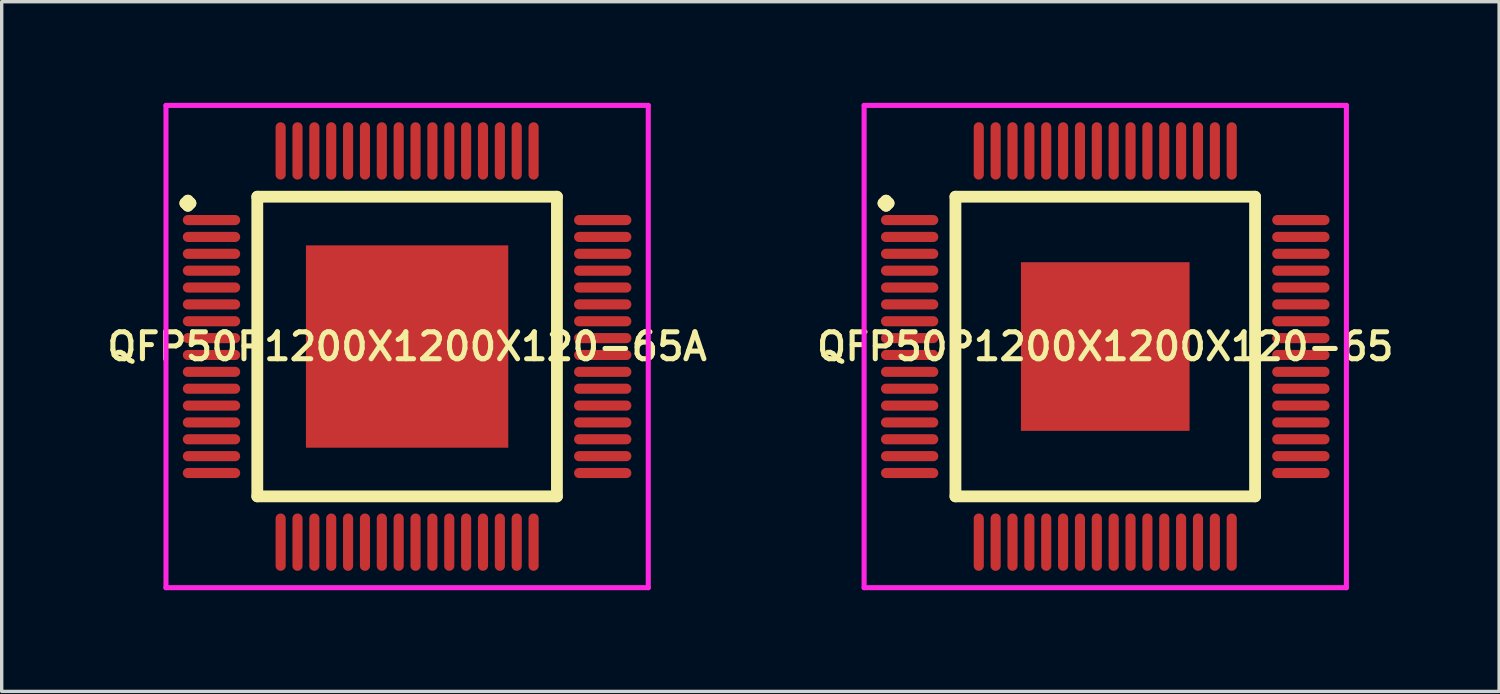
<source format=kicad_pcb>
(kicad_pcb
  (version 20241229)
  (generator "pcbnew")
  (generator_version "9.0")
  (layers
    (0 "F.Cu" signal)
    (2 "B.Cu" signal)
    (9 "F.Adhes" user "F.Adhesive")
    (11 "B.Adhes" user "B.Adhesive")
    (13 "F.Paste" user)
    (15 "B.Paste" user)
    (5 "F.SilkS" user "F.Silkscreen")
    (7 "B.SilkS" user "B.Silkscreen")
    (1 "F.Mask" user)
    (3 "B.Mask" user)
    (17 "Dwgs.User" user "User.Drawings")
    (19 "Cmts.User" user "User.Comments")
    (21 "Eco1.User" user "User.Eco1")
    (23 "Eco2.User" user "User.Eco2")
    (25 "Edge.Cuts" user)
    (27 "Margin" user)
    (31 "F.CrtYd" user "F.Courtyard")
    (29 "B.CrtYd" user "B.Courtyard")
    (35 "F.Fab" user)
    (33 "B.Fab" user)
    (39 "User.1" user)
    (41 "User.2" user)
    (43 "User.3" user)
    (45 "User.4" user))
  (footprint "QFP50P1200X1200X120-65"
    (layer "F.Cu")
    (at 29.721 7.225)
    (property "Reference" "QFP50P1200X1200X120-65" (at 0 0 0) (layer "F.SilkS") (effects (font (size 0.8 0.8) (thickness 0.15))))
    (attr through_hole)
    (fp_line (start -6.575 -4.25) (end -6.5 -4.325) (stroke (width 0.35) (type solid)) (layer "F.SilkS"))
    (fp_line (start -6.5 -4.325) (end -6.425 -4.25) (stroke (width 0.35) (type solid)) (layer "F.SilkS"))
    (fp_line (start -6.5 -4.175) (end -6.575 -4.25) (stroke (width 0.35) (type solid)) (layer "F.SilkS"))
    (fp_line (start -6.425 -4.25) (end -6.5 -4.175) (stroke (width 0.35) (type solid)) (layer "F.SilkS"))
    (fp_line (start -4.442 -4.442) (end -4.442 4.442) (stroke (width 0.35) (type solid)) (layer "F.SilkS"))
    (fp_line (start -4.442 4.442) (end 4.442 4.442) (stroke (width 0.35) (type solid)) (layer "F.SilkS"))
    (fp_line (start 4.442 -4.442) (end -4.442 -4.442) (stroke (width 0.35) (type solid)) (layer "F.SilkS"))
    (fp_line (start 4.442 4.442) (end 4.442 -4.442) (stroke (width 0.35) (type solid)) (layer "F.SilkS"))
    (fp_line (start -7.15 -7.15) (end 7.15 -7.15) (stroke (width 0.15) (type solid)) (layer "F.CrtYd"))
    (fp_line (start -7.15 7.15) (end -7.15 -7.15) (stroke (width 0.15) (type solid)) (layer "F.CrtYd"))
    (fp_line (start 7.15 -7.15) (end 7.15 7.15) (stroke (width 0.15) (type solid)) (layer "F.CrtYd"))
    (fp_line (start 7.15 7.15) (end -7.15 7.15) (stroke (width 0.15) (type solid)) (layer "F.CrtYd"))
    (pad "1" smd oval (at -5.8 -3.75) (size 1.7 0.3) (layers "F.Cu" "F.Mask" "F.Paste"))
    (pad "2" smd oval (at -5.8 -3.25) (size 1.7 0.3) (layers "F.Cu" "F.Mask" "F.Paste"))
    (pad "3" smd oval (at -5.8 -2.75) (size 1.7 0.3) (layers "F.Cu" "F.Mask" "F.Paste"))
    (pad "4" smd oval (at -5.8 -2.25) (size 1.7 0.3) (layers "F.Cu" "F.Mask" "F.Paste"))
    (pad "5" smd oval (at -5.8 -1.75) (size 1.7 0.3) (layers "F.Cu" "F.Mask" "F.Paste"))
    (pad "6" smd oval (at -5.8 -1.25) (size 1.7 0.3) (layers "F.Cu" "F.Mask" "F.Paste"))
    (pad "7" smd oval (at -5.8 -0.75) (size 1.7 0.3) (layers "F.Cu" "F.Mask" "F.Paste"))
    (pad "8" smd oval (at -5.8 -0.25) (size 1.7 0.3) (layers "F.Cu" "F.Mask" "F.Paste"))
    (pad "9" smd oval (at -5.8 0.25) (size 1.7 0.3) (layers "F.Cu" "F.Mask" "F.Paste"))
    (pad "10" smd oval (at -5.8 0.75) (size 1.7 0.3) (layers "F.Cu" "F.Mask" "F.Paste"))
    (pad "11" smd oval (at -5.8 1.25) (size 1.7 0.3) (layers "F.Cu" "F.Mask" "F.Paste"))
    (pad "12" smd oval (at -5.8 1.75) (size 1.7 0.3) (layers "F.Cu" "F.Mask" "F.Paste"))
    (pad "13" smd oval (at -5.8 2.25) (size 1.7 0.3) (layers "F.Cu" "F.Mask" "F.Paste"))
    (pad "14" smd oval (at -5.8 2.75) (size 1.7 0.3) (layers "F.Cu" "F.Mask" "F.Paste"))
    (pad "15" smd oval (at -5.8 3.25) (size 1.7 0.3) (layers "F.Cu" "F.Mask" "F.Paste"))
    (pad "16" smd oval (at -5.8 3.75) (size 1.7 0.3) (layers "F.Cu" "F.Mask" "F.Paste"))
    (pad "17" smd oval (at -3.75 5.8) (size 0.3 1.7) (layers "F.Cu" "F.Mask" "F.Paste"))
    (pad "18" smd oval (at -3.25 5.8) (size 0.3 1.7) (layers "F.Cu" "F.Mask" "F.Paste"))
    (pad "19" smd oval (at -2.75 5.8) (size 0.3 1.7) (layers "F.Cu" "F.Mask" "F.Paste"))
    (pad "20" smd oval (at -2.25 5.8) (size 0.3 1.7) (layers "F.Cu" "F.Mask" "F.Paste"))
    (pad "21" smd oval (at -1.75 5.8) (size 0.3 1.7) (layers "F.Cu" "F.Mask" "F.Paste"))
    (pad "22" smd oval (at -1.25 5.8) (size 0.3 1.7) (layers "F.Cu" "F.Mask" "F.Paste"))
    (pad "23" smd oval (at -0.75 5.8) (size 0.3 1.7) (layers "F.Cu" "F.Mask" "F.Paste"))
    (pad "24" smd oval (at -0.25 5.8) (size 0.3 1.7) (layers "F.Cu" "F.Mask" "F.Paste"))
    (pad "25" smd oval (at 0.25 5.8) (size 0.3 1.7) (layers "F.Cu" "F.Mask" "F.Paste"))
    (pad "26" smd oval (at 0.75 5.8) (size 0.3 1.7) (layers "F.Cu" "F.Mask" "F.Paste"))
    (pad "27" smd oval (at 1.25 5.8) (size 0.3 1.7) (layers "F.Cu" "F.Mask" "F.Paste"))
    (pad "28" smd oval (at 1.75 5.8) (size 0.3 1.7) (layers "F.Cu" "F.Mask" "F.Paste"))
    (pad "29" smd oval (at 2.25 5.8) (size 0.3 1.7) (layers "F.Cu" "F.Mask" "F.Paste"))
    (pad "30" smd oval (at 2.75 5.8) (size 0.3 1.7) (layers "F.Cu" "F.Mask" "F.Paste"))
    (pad "31" smd oval (at 3.25 5.8) (size 0.3 1.7) (layers "F.Cu" "F.Mask" "F.Paste"))
    (pad "32" smd oval (at 3.75 5.8) (size 0.3 1.7) (layers "F.Cu" "F.Mask" "F.Paste"))
    (pad "33" smd oval (at 5.8 3.75) (size 1.7 0.3) (layers "F.Cu" "F.Mask" "F.Paste"))
    (pad "34" smd oval (at 5.8 3.25) (size 1.7 0.3) (layers "F.Cu" "F.Mask" "F.Paste"))
    (pad "35" smd oval (at 5.8 2.75) (size 1.7 0.3) (layers "F.Cu" "F.Mask" "F.Paste"))
    (pad "36" smd oval (at 5.8 2.25) (size 1.7 0.3) (layers "F.Cu" "F.Mask" "F.Paste"))
    (pad "37" smd oval (at 5.8 1.75) (size 1.7 0.3) (layers "F.Cu" "F.Mask" "F.Paste"))
    (pad "38" smd oval (at 5.8 1.25) (size 1.7 0.3) (layers "F.Cu" "F.Mask" "F.Paste"))
    (pad "39" smd oval (at 5.8 0.75) (size 1.7 0.3) (layers "F.Cu" "F.Mask" "F.Paste"))
    (pad "40" smd oval (at 5.8 0.25) (size 1.7 0.3) (layers "F.Cu" "F.Mask" "F.Paste"))
    (pad "41" smd oval (at 5.8 -0.25) (size 1.7 0.3) (layers "F.Cu" "F.Mask" "F.Paste"))
    (pad "42" smd oval (at 5.8 -0.75) (size 1.7 0.3) (layers "F.Cu" "F.Mask" "F.Paste"))
    (pad "43" smd oval (at 5.8 -1.25) (size 1.7 0.3) (layers "F.Cu" "F.Mask" "F.Paste"))
    (pad "44" smd oval (at 5.8 -1.75) (size 1.7 0.3) (layers "F.Cu" "F.Mask" "F.Paste"))
    (pad "45" smd oval (at 5.8 -2.25) (size 1.7 0.3) (layers "F.Cu" "F.Mask" "F.Paste"))
    (pad "46" smd oval (at 5.8 -2.75) (size 1.7 0.3) (layers "F.Cu" "F.Mask" "F.Paste"))
    (pad "47" smd oval (at 5.8 -3.25) (size 1.7 0.3) (layers "F.Cu" "F.Mask" "F.Paste"))
    (pad "48" smd oval (at 5.8 -3.75) (size 1.7 0.3) (layers "F.Cu" "F.Mask" "F.Paste"))
    (pad "49" smd oval (at 3.75 -5.8) (size 0.3 1.7) (layers "F.Cu" "F.Mask" "F.Paste"))
    (pad "50" smd oval (at 3.25 -5.8) (size 0.3 1.7) (layers "F.Cu" "F.Mask" "F.Paste"))
    (pad "51" smd oval (at 2.75 -5.8) (size 0.3 1.7) (layers "F.Cu" "F.Mask" "F.Paste"))
    (pad "52" smd oval (at 2.25 -5.8) (size 0.3 1.7) (layers "F.Cu" "F.Mask" "F.Paste"))
    (pad "53" smd oval (at 1.75 -5.8) (size 0.3 1.7) (layers "F.Cu" "F.Mask" "F.Paste"))
    (pad "54" smd oval (at 1.25 -5.8) (size 0.3 1.7) (layers "F.Cu" "F.Mask" "F.Paste"))
    (pad "55" smd oval (at 0.75 -5.8) (size 0.3 1.7) (layers "F.Cu" "F.Mask" "F.Paste"))
    (pad "56" smd oval (at 0.25 -5.8) (size 0.3 1.7) (layers "F.Cu" "F.Mask" "F.Paste"))
    (pad "57" smd oval (at -0.25 -5.8) (size 0.3 1.7) (layers "F.Cu" "F.Mask" "F.Paste"))
    (pad "58" smd oval (at -0.75 -5.8) (size 0.3 1.7) (layers "F.Cu" "F.Mask" "F.Paste"))
    (pad "59" smd oval (at -1.25 -5.8) (size 0.3 1.7) (layers "F.Cu" "F.Mask" "F.Paste"))
    (pad "60" smd oval (at -1.75 -5.8) (size 0.3 1.7) (layers "F.Cu" "F.Mask" "F.Paste"))
    (pad "61" smd oval (at -2.25 -5.8) (size 0.3 1.7) (layers "F.Cu" "F.Mask" "F.Paste"))
    (pad "62" smd oval (at -2.75 -5.8) (size 0.3 1.7) (layers "F.Cu" "F.Mask" "F.Paste"))
    (pad "63" smd oval (at -3.25 -5.8) (size 0.3 1.7) (layers "F.Cu" "F.Mask" "F.Paste"))
    (pad "64" smd oval (at -3.75 -5.8) (size 0.3 1.7) (layers "F.Cu" "F.Mask" "F.Paste"))
    (pad "65" smd rect (at 0 0) (size 5 5) (layers "F.Cu" "F.Mask" "F.Paste")))
  (footprint "QFP50P1200X1200X120-65A"
    (layer "F.Cu")
    (at 9.021 7.225)
    (property "Reference" "QFP50P1200X1200X120-65A" (at 0 0 0) (layer "F.SilkS") (effects (font (size 0.8 0.8) (thickness 0.15))))
    (attr smd)
    (fp_line (start -6.575 -4.25) (end -6.5 -4.325) (stroke (width 0.35) (type solid)) (layer "F.SilkS"))
    (fp_line (start -6.5 -4.325) (end -6.425 -4.25) (stroke (width 0.35) (type solid)) (layer "F.SilkS"))
    (fp_line (start -6.5 -4.175) (end -6.575 -4.25) (stroke (width 0.35) (type solid)) (layer "F.SilkS"))
    (fp_line (start -6.425 -4.25) (end -6.5 -4.175) (stroke (width 0.35) (type solid)) (layer "F.SilkS"))
    (fp_line (start -4.442 -4.442) (end -4.442 4.442) (stroke (width 0.35) (type solid)) (layer "F.SilkS"))
    (fp_line (start -4.442 4.442) (end 4.442 4.442) (stroke (width 0.35) (type solid)) (layer "F.SilkS"))
    (fp_line (start 4.442 -4.442) (end -4.442 -4.442) (stroke (width 0.35) (type solid)) (layer "F.SilkS"))
    (fp_line (start 4.442 4.442) (end 4.442 -4.442) (stroke (width 0.35) (type solid)) (layer "F.SilkS"))
    (fp_line (start -7.15 -7.15) (end 7.15 -7.15) (stroke (width 0.15) (type solid)) (layer "F.CrtYd"))
    (fp_line (start -7.15 7.15) (end -7.15 -7.15) (stroke (width 0.15) (type solid)) (layer "F.CrtYd"))
    (fp_line (start 7.15 -7.15) (end 7.15 7.15) (stroke (width 0.15) (type solid)) (layer "F.CrtYd"))
    (fp_line (start 7.15 7.15) (end -7.15 7.15) (stroke (width 0.15) (type solid)) (layer "F.CrtYd"))
    (pad "1" smd oval (at -5.8 -3.75) (size 1.7 0.3) (layers "F.Cu" "F.Mask" "F.Paste"))
    (pad "2" smd oval (at -5.8 -3.25) (size 1.7 0.3) (layers "F.Cu" "F.Mask" "F.Paste"))
    (pad "3" smd oval (at -5.8 -2.75) (size 1.7 0.3) (layers "F.Cu" "F.Mask" "F.Paste"))
    (pad "4" smd oval (at -5.8 -2.25) (size 1.7 0.3) (layers "F.Cu" "F.Mask" "F.Paste"))
    (pad "5" smd oval (at -5.8 -1.75) (size 1.7 0.3) (layers "F.Cu" "F.Mask" "F.Paste"))
    (pad "6" smd oval (at -5.8 -1.25) (size 1.7 0.3) (layers "F.Cu" "F.Mask" "F.Paste"))
    (pad "7" smd oval (at -5.8 -0.75) (size 1.7 0.3) (layers "F.Cu" "F.Mask" "F.Paste"))
    (pad "8" smd oval (at -5.8 -0.25) (size 1.7 0.3) (layers "F.Cu" "F.Mask" "F.Paste"))
    (pad "9" smd oval (at -5.8 0.25) (size 1.7 0.3) (layers "F.Cu" "F.Mask" "F.Paste"))
    (pad "10" smd oval (at -5.8 0.75) (size 1.7 0.3) (layers "F.Cu" "F.Mask" "F.Paste"))
    (pad "11" smd oval (at -5.8 1.25) (size 1.7 0.3) (layers "F.Cu" "F.Mask" "F.Paste"))
    (pad "12" smd oval (at -5.8 1.75) (size 1.7 0.3) (layers "F.Cu" "F.Mask" "F.Paste"))
    (pad "13" smd oval (at -5.8 2.25) (size 1.7 0.3) (layers "F.Cu" "F.Mask" "F.Paste"))
    (pad "14" smd oval (at -5.8 2.75) (size 1.7 0.3) (layers "F.Cu" "F.Mask" "F.Paste"))
    (pad "15" smd oval (at -5.8 3.25) (size 1.7 0.3) (layers "F.Cu" "F.Mask" "F.Paste"))
    (pad "16" smd oval (at -5.8 3.75) (size 1.7 0.3) (layers "F.Cu" "F.Mask" "F.Paste"))
    (pad "17" smd oval (at -3.75 5.8) (size 0.3 1.7) (layers "F.Cu" "F.Mask" "F.Paste"))
    (pad "18" smd oval (at -3.25 5.8) (size 0.3 1.7) (layers "F.Cu" "F.Mask" "F.Paste"))
    (pad "19" smd oval (at -2.75 5.8) (size 0.3 1.7) (layers "F.Cu" "F.Mask" "F.Paste"))
    (pad "20" smd oval (at -2.25 5.8) (size 0.3 1.7) (layers "F.Cu" "F.Mask" "F.Paste"))
    (pad "21" smd oval (at -1.75 5.8) (size 0.3 1.7) (layers "F.Cu" "F.Mask" "F.Paste"))
    (pad "22" smd oval (at -1.25 5.8) (size 0.3 1.7) (layers "F.Cu" "F.Mask" "F.Paste"))
    (pad "23" smd oval (at -0.75 5.8) (size 0.3 1.7) (layers "F.Cu" "F.Mask" "F.Paste"))
    (pad "24" smd oval (at -0.25 5.8) (size 0.3 1.7) (layers "F.Cu" "F.Mask" "F.Paste"))
    (pad "25" smd oval (at 0.25 5.8) (size 0.3 1.7) (layers "F.Cu" "F.Mask" "F.Paste"))
    (pad "26" smd oval (at 0.75 5.8) (size 0.3 1.7) (layers "F.Cu" "F.Mask" "F.Paste"))
    (pad "27" smd oval (at 1.25 5.8) (size 0.3 1.7) (layers "F.Cu" "F.Mask" "F.Paste"))
    (pad "28" smd oval (at 1.75 5.8) (size 0.3 1.7) (layers "F.Cu" "F.Mask" "F.Paste"))
    (pad "29" smd oval (at 2.25 5.8) (size 0.3 1.7) (layers "F.Cu" "F.Mask" "F.Paste"))
    (pad "30" smd oval (at 2.75 5.8) (size 0.3 1.7) (layers "F.Cu" "F.Mask" "F.Paste"))
    (pad "31" smd oval (at 3.25 5.8) (size 0.3 1.7) (layers "F.Cu" "F.Mask" "F.Paste"))
    (pad "32" smd oval (at 3.75 5.8) (size 0.3 1.7) (layers "F.Cu" "F.Mask" "F.Paste"))
    (pad "33" smd oval (at 5.8 3.75) (size 1.7 0.3) (layers "F.Cu" "F.Mask" "F.Paste"))
    (pad "34" smd oval (at 5.8 3.25) (size 1.7 0.3) (layers "F.Cu" "F.Mask" "F.Paste"))
    (pad "35" smd oval (at 5.8 2.75) (size 1.7 0.3) (layers "F.Cu" "F.Mask" "F.Paste"))
    (pad "36" smd oval (at 5.8 2.25) (size 1.7 0.3) (layers "F.Cu" "F.Mask" "F.Paste"))
    (pad "37" smd oval (at 5.8 1.75) (size 1.7 0.3) (layers "F.Cu" "F.Mask" "F.Paste"))
    (pad "38" smd oval (at 5.8 1.25) (size 1.7 0.3) (layers "F.Cu" "F.Mask" "F.Paste"))
    (pad "39" smd oval (at 5.8 0.75) (size 1.7 0.3) (layers "F.Cu" "F.Mask" "F.Paste"))
    (pad "40" smd oval (at 5.8 0.25) (size 1.7 0.3) (layers "F.Cu" "F.Mask" "F.Paste"))
    (pad "41" smd oval (at 5.8 -0.25) (size 1.7 0.3) (layers "F.Cu" "F.Mask" "F.Paste"))
    (pad "42" smd oval (at 5.8 -0.75) (size 1.7 0.3) (layers "F.Cu" "F.Mask" "F.Paste"))
    (pad "43" smd oval (at 5.8 -1.25) (size 1.7 0.3) (layers "F.Cu" "F.Mask" "F.Paste"))
    (pad "44" smd oval (at 5.8 -1.75) (size 1.7 0.3) (layers "F.Cu" "F.Mask" "F.Paste"))
    (pad "45" smd oval (at 5.8 -2.25) (size 1.7 0.3) (layers "F.Cu" "F.Mask" "F.Paste"))
    (pad "46" smd oval (at 5.8 -2.75) (size 1.7 0.3) (layers "F.Cu" "F.Mask" "F.Paste"))
    (pad "47" smd oval (at 5.8 -3.25) (size 1.7 0.3) (layers "F.Cu" "F.Mask" "F.Paste"))
    (pad "48" smd oval (at 5.8 -3.75) (size 1.7 0.3) (layers "F.Cu" "F.Mask" "F.Paste"))
    (pad "49" smd oval (at 3.75 -5.8) (size 0.3 1.7) (layers "F.Cu" "F.Mask" "F.Paste"))
    (pad "50" smd oval (at 3.25 -5.8) (size 0.3 1.7) (layers "F.Cu" "F.Mask" "F.Paste"))
    (pad "51" smd oval (at 2.75 -5.8) (size 0.3 1.7) (layers "F.Cu" "F.Mask" "F.Paste"))
    (pad "52" smd oval (at 2.25 -5.8) (size 0.3 1.7) (layers "F.Cu" "F.Mask" "F.Paste"))
    (pad "53" smd oval (at 1.75 -5.8) (size 0.3 1.7) (layers "F.Cu" "F.Mask" "F.Paste"))
    (pad "54" smd oval (at 1.25 -5.8) (size 0.3 1.7) (layers "F.Cu" "F.Mask" "F.Paste"))
    (pad "55" smd oval (at 0.75 -5.8) (size 0.3 1.7) (layers "F.Cu" "F.Mask" "F.Paste"))
    (pad "56" smd oval (at 0.25 -5.8) (size 0.3 1.7) (layers "F.Cu" "F.Mask" "F.Paste"))
    (pad "57" smd oval (at -0.25 -5.8) (size 0.3 1.7) (layers "F.Cu" "F.Mask" "F.Paste"))
    (pad "58" smd oval (at -0.75 -5.8) (size 0.3 1.7) (layers "F.Cu" "F.Mask" "F.Paste"))
    (pad "59" smd oval (at -1.25 -5.8) (size 0.3 1.7) (layers "F.Cu" "F.Mask" "F.Paste"))
    (pad "60" smd oval (at -1.75 -5.8) (size 0.3 1.7) (layers "F.Cu" "F.Mask" "F.Paste"))
    (pad "61" smd oval (at -2.25 -5.8) (size 0.3 1.7) (layers "F.Cu" "F.Mask" "F.Paste"))
    (pad "62" smd oval (at -2.75 -5.8) (size 0.3 1.7) (layers "F.Cu" "F.Mask" "F.Paste"))
    (pad "63" smd oval (at -3.25 -5.8) (size 0.3 1.7) (layers "F.Cu" "F.Mask" "F.Paste"))
    (pad "64" smd oval (at -3.75 -5.8) (size 0.3 1.7) (layers "F.Cu" "F.Mask" "F.Paste"))
    (pad "65" smd rect (at 0 0) (size 6 6) (layers "F.Cu" "F.Mask" "F.Paste")))
  (gr_rect
    (start -3 -3)
    (end 41.399 17.45)
    (stroke (width 0.1) (type default))
    (fill no)
    (layer "Edge.Cuts")))
</source>
